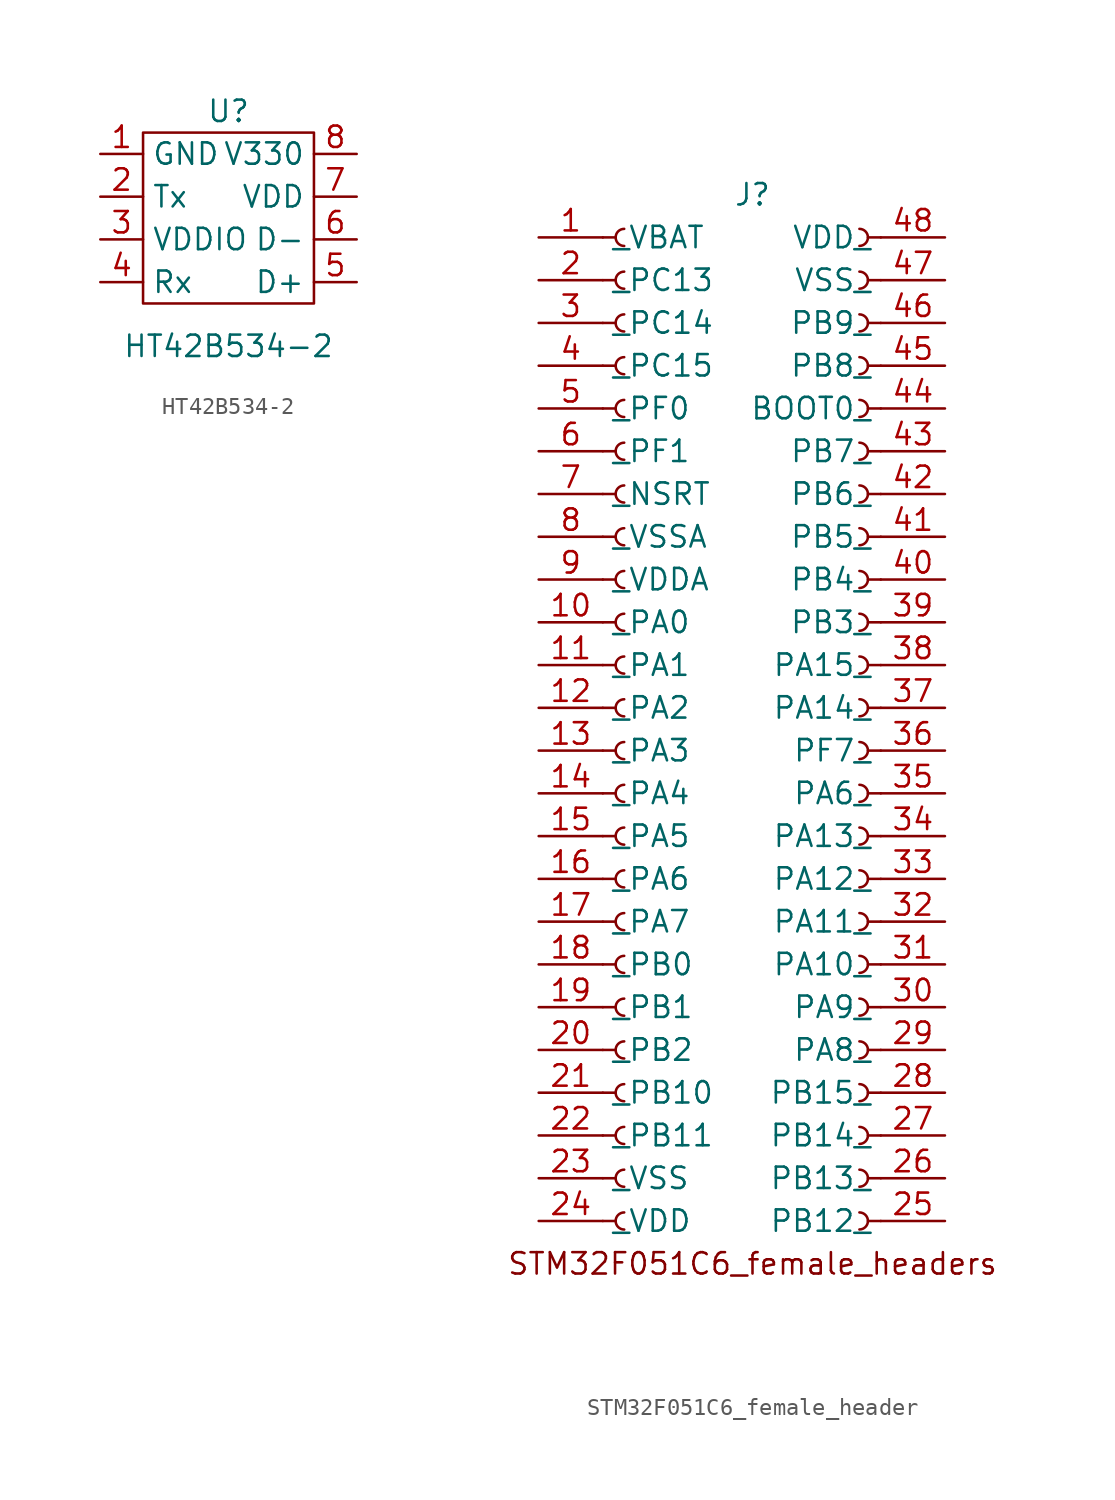
<source format=kicad_sym>
(kicad_symbol_lib
  (version 20220914)
  (generator kicad_symbol_editor)
  (symbol "HT42B534-2"
    (property "Reference" "U"
      (at 0 6.35 0)
      (effects (font (size 1.27 1.27))))
    (property "Value" "HT42B534-2"
      (at 0 -7.62 0)
      (effects (font (size 1.27 1.27))))
    (symbol "HT42B534-2_0_1"
      (rectangle (start -5.08 5.08) (end 5.08 -5.08) (stroke (width 0) (type default)) (fill (type none))))
    (symbol "HT42B534-2_1_1"
      (pin input line (at -7.62 3.81 0) (length 2.54) (name "GND" (effects (font (size 1.27 1.27)))) (number "1" (effects (font (size 1.27 1.27)))))
      (pin input line (at -7.62 1.27 0) (length 2.54) (name "Tx" (effects (font (size 1.27 1.27)))) (number "2" (effects (font (size 1.27 1.27)))))
      (pin input line (at -7.62 -1.27 0) (length 2.54) (name "VDDIO" (effects (font (size 1.27 1.27)))) (number "3" (effects (font (size 1.27 1.27)))))
      (pin input line (at -7.62 -3.81 0) (length 2.54) (name "Rx" (effects (font (size 1.27 1.27)))) (number "4" (effects (font (size 1.27 1.27)))))
      (pin input line (at 7.62 -3.81 180) (length 2.54) (name "D+" (effects (font (size 1.27 1.27)))) (number "5" (effects (font (size 1.27 1.27)))))
      (pin input line (at 7.62 -1.27 180) (length 2.54) (name "D-" (effects (font (size 1.27 1.27)))) (number "6" (effects (font (size 1.27 1.27)))))
      (pin input line (at 7.62 1.27 180) (length 2.54) (name "VDD" (effects (font (size 1.27 1.27)))) (number "7" (effects (font (size 1.27 1.27)))))
      (pin input line (at 7.62 3.81 180) (length 2.54) (name "V330" (effects (font (size 1.27 1.27)))) (number "8" (effects (font (size 1.27 1.27)))))))
  (symbol "STM32F051C6_female_header"
    (property "Reference" "J"
      (at 0 31.75 0)
      (effects (font (size 1.27 1.27))))
    (property "Value" ""
      (at 1.27 0 0)
      (effects (font (size 1.27 1.27))))
    (symbol "STM32F051C6_female_header_0_1"
      (text "STM32F051C6_female_headers" (at 0 -31.75 0) (effects (font (size 1.27 1.27)))))
    (symbol "STM32F051C6_female_header_1_1"
      (arc (start -7.62 -28.702) (mid -8.1258 -29.21) (end -7.62 -29.718) (stroke (width 0.1524) (type solid)) (fill (type none)))
      (arc (start -7.62 -26.162) (mid -8.1258 -26.67) (end -7.62 -27.178) (stroke (width 0.1524) (type solid)) (fill (type none)))
      (arc (start -7.62 -23.622) (mid -8.1258 -24.13) (end -7.62 -24.638) (stroke (width 0.1524) (type solid)) (fill (type none)))
      (arc (start -7.62 -21.082) (mid -8.1258 -21.59) (end -7.62 -22.098) (stroke (width 0.1524) (type solid)) (fill (type none)))
      (arc (start -7.62 -18.542) (mid -8.1258 -19.05) (end -7.62 -19.558) (stroke (width 0.1524) (type solid)) (fill (type none)))
      (arc (start -7.62 -16.002) (mid -8.1258 -16.51) (end -7.62 -17.018) (stroke (width 0.1524) (type solid)) (fill (type none)))
      (arc (start -7.62 -13.462) (mid -8.1258 -13.97) (end -7.62 -14.478) (stroke (width 0.1524) (type solid)) (fill (type none)))
      (arc (start -7.62 -10.922) (mid -8.1258 -11.43) (end -7.62 -11.938) (stroke (width 0.1524) (type solid)) (fill (type none)))
      (arc (start -7.62 -8.382) (mid -8.1258 -8.89) (end -7.62 -9.398) (stroke (width 0.1524) (type solid)) (fill (type none)))
      (arc (start -7.62 -5.842) (mid -8.1258 -6.35) (end -7.62 -6.858) (stroke (width 0.1524) (type solid)) (fill (type none)))
      (arc (start -7.62 -3.302) (mid -8.1258 -3.81) (end -7.62 -4.318) (stroke (width 0.1524) (type solid)) (fill (type none)))
      (arc (start -7.62 -0.762) (mid -8.1258 -1.27) (end -7.62 -1.778) (stroke (width 0.1524) (type solid)) (fill (type none)))
      (arc (start -7.62 1.778) (mid -8.1258 1.27) (end -7.62 0.762) (stroke (width 0.1524) (type solid)) (fill (type none)))
      (arc (start -7.62 4.318) (mid -8.1258 3.81) (end -7.62 3.302) (stroke (width 0.1524) (type solid)) (fill (type none)))
      (arc (start -7.62 6.858) (mid -8.1258 6.35) (end -7.62 5.842) (stroke (width 0.1524) (type solid)) (fill (type none)))
      (arc (start -7.62 9.398) (mid -8.1258 8.89) (end -7.62 8.382) (stroke (width 0.1524) (type solid)) (fill (type none)))
      (arc (start -7.62 11.938) (mid -8.1258 11.43) (end -7.62 10.922) (stroke (width 0.1524) (type solid)) (fill (type none)))
      (arc (start -7.62 14.478) (mid -8.1258 13.97) (end -7.62 13.462) (stroke (width 0.1524) (type solid)) (fill (type none)))
      (arc (start -7.62 17.018) (mid -8.1258 16.51) (end -7.62 16.002) (stroke (width 0.1524) (type solid)) (fill (type none)))
      (arc (start -7.62 19.558) (mid -8.1258 19.05) (end -7.62 18.542) (stroke (width 0.1524) (type solid)) (fill (type none)))
      (arc (start -7.62 22.098) (mid -8.1258 21.59) (end -7.62 21.082) (stroke (width 0.1524) (type solid)) (fill (type none)))
      (arc (start -7.62 24.638) (mid -8.1258 24.13) (end -7.62 23.622) (stroke (width 0.1524) (type solid)) (fill (type none)))
      (arc (start -7.62 27.178) (mid -8.1258 26.67) (end -7.62 26.162) (stroke (width 0.1524) (type solid)) (fill (type none)))
      (arc (start -7.62 29.718) (mid -8.1258 29.21) (end -7.62 28.702) (stroke (width 0.1524) (type solid)) (fill (type none)))
      (polyline (pts (xy -8.89 -29.21) (xy -8.128 -29.21)) (stroke (width 0.152) (type solid)) (fill (type none)))
      (polyline (pts (xy -8.89 -26.67) (xy -8.128 -26.67)) (stroke (width 0.152) (type solid)) (fill (type none)))
      (polyline (pts (xy -8.89 -24.13) (xy -8.128 -24.13)) (stroke (width 0.152) (type solid)) (fill (type none)))
      (polyline (pts (xy -8.89 -21.59) (xy -8.128 -21.59)) (stroke (width 0.152) (type solid)) (fill (type none)))
      (polyline (pts (xy -8.89 -19.05) (xy -8.128 -19.05)) (stroke (width 0.152) (type solid)) (fill (type none)))
      (polyline (pts (xy -8.89 -16.51) (xy -8.128 -16.51)) (stroke (width 0.152) (type solid)) (fill (type none)))
      (polyline (pts (xy -8.89 -13.97) (xy -8.128 -13.97)) (stroke (width 0.152) (type solid)) (fill (type none)))
      (polyline (pts (xy -8.89 -11.43) (xy -8.128 -11.43)) (stroke (width 0.152) (type solid)) (fill (type none)))
      (polyline (pts (xy -8.89 -8.89) (xy -8.128 -8.89)) (stroke (width 0.152) (type solid)) (fill (type none)))
      (polyline (pts (xy -8.89 -6.35) (xy -8.128 -6.35)) (stroke (width 0.152) (type solid)) (fill (type none)))
      (polyline (pts (xy -8.89 -3.81) (xy -8.128 -3.81)) (stroke (width 0.152) (type solid)) (fill (type none)))
      (polyline (pts (xy -8.89 -1.27) (xy -8.128 -1.27)) (stroke (width 0.152) (type solid)) (fill (type none)))
      (polyline (pts (xy -8.89 1.27) (xy -8.128 1.27)) (stroke (width 0.152) (type solid)) (fill (type none)))
      (polyline (pts (xy -8.89 3.81) (xy -8.128 3.81)) (stroke (width 0.152) (type solid)) (fill (type none)))
      (polyline (pts (xy -8.89 6.35) (xy -8.128 6.35)) (stroke (width 0.152) (type solid)) (fill (type none)))
      (polyline (pts (xy -8.89 8.89) (xy -8.128 8.89)) (stroke (width 0.152) (type solid)) (fill (type none)))
      (polyline (pts (xy -8.89 11.43) (xy -8.128 11.43)) (stroke (width 0.152) (type solid)) (fill (type none)))
      (polyline (pts (xy -8.89 13.97) (xy -8.128 13.97)) (stroke (width 0.152) (type solid)) (fill (type none)))
      (polyline (pts (xy -8.89 16.51) (xy -8.128 16.51)) (stroke (width 0.152) (type solid)) (fill (type none)))
      (polyline (pts (xy -8.89 19.05) (xy -8.128 19.05)) (stroke (width 0.152) (type solid)) (fill (type none)))
      (polyline (pts (xy -8.89 21.59) (xy -8.128 21.59)) (stroke (width 0.152) (type solid)) (fill (type none)))
      (polyline (pts (xy -8.89 24.13) (xy -8.128 24.13)) (stroke (width 0.152) (type solid)) (fill (type none)))
      (polyline (pts (xy -8.89 26.67) (xy -8.128 26.67)) (stroke (width 0.152) (type solid)) (fill (type none)))
      (polyline (pts (xy -8.89 29.21) (xy -8.128 29.21)) (stroke (width 0.152) (type solid)) (fill (type none)))
      (polyline (pts (xy 7.62 -29.21) (xy 6.858 -29.21)) (stroke (width 0.152) (type solid)) (fill (type none)))
      (polyline (pts (xy 7.62 -26.67) (xy 6.858 -26.67)) (stroke (width 0.152) (type solid)) (fill (type none)))
      (polyline (pts (xy 7.62 -24.13) (xy 6.858 -24.13)) (stroke (width 0.152) (type solid)) (fill (type none)))
      (polyline (pts (xy 7.62 -21.59) (xy 6.858 -21.59)) (stroke (width 0.152) (type solid)) (fill (type none)))
      (polyline (pts (xy 7.62 -19.05) (xy 6.858 -19.05)) (stroke (width 0.152) (type solid)) (fill (type none)))
      (polyline (pts (xy 7.62 -16.51) (xy 6.858 -16.51)) (stroke (width 0.152) (type solid)) (fill (type none)))
      (polyline (pts (xy 7.62 -13.97) (xy 6.858 -13.97)) (stroke (width 0.152) (type solid)) (fill (type none)))
      (polyline (pts (xy 7.62 -11.43) (xy 6.858 -11.43)) (stroke (width 0.152) (type solid)) (fill (type none)))
      (polyline (pts (xy 7.62 -8.89) (xy 6.858 -8.89)) (stroke (width 0.152) (type solid)) (fill (type none)))
      (polyline (pts (xy 7.62 -6.35) (xy 6.858 -6.35)) (stroke (width 0.152) (type solid)) (fill (type none)))
      (polyline (pts (xy 7.62 -3.81) (xy 6.858 -3.81)) (stroke (width 0.152) (type solid)) (fill (type none)))
      (polyline (pts (xy 7.62 -1.27) (xy 6.858 -1.27)) (stroke (width 0.152) (type solid)) (fill (type none)))
      (polyline (pts (xy 7.62 1.27) (xy 6.858 1.27)) (stroke (width 0.152) (type solid)) (fill (type none)))
      (polyline (pts (xy 7.62 3.81) (xy 6.858 3.81)) (stroke (width 0.152) (type solid)) (fill (type none)))
      (polyline (pts (xy 7.62 6.35) (xy 6.858 6.35)) (stroke (width 0.152) (type solid)) (fill (type none)))
      (polyline (pts (xy 7.62 8.89) (xy 6.858 8.89)) (stroke (width 0.152) (type solid)) (fill (type none)))
      (polyline (pts (xy 7.62 11.43) (xy 6.858 11.43)) (stroke (width 0.152) (type solid)) (fill (type none)))
      (polyline (pts (xy 7.62 13.97) (xy 6.858 13.97)) (stroke (width 0.152) (type solid)) (fill (type none)))
      (polyline (pts (xy 7.62 16.51) (xy 6.858 16.51)) (stroke (width 0.152) (type solid)) (fill (type none)))
      (polyline (pts (xy 7.62 19.05) (xy 6.858 19.05)) (stroke (width 0.152) (type solid)) (fill (type none)))
      (polyline (pts (xy 7.62 21.59) (xy 6.858 21.59)) (stroke (width 0.152) (type solid)) (fill (type none)))
      (polyline (pts (xy 7.62 24.13) (xy 6.858 24.13)) (stroke (width 0.152) (type solid)) (fill (type none)))
      (polyline (pts (xy 7.62 26.67) (xy 6.858 26.67)) (stroke (width 0.152) (type solid)) (fill (type none)))
      (polyline (pts (xy 7.62 29.21) (xy 6.858 29.21)) (stroke (width 0.152) (type solid)) (fill (type none)))
      (arc (start 6.35 -29.718) (mid 6.8558 -29.21) (end 6.35 -28.702) (stroke (width 0.1524) (type solid)) (fill (type none)))
      (arc (start 6.35 -27.178) (mid 6.8558 -26.67) (end 6.35 -26.162) (stroke (width 0.1524) (type solid)) (fill (type none)))
      (arc (start 6.35 -24.638) (mid 6.8558 -24.13) (end 6.35 -23.622) (stroke (width 0.1524) (type solid)) (fill (type none)))
      (arc (start 6.35 -22.098) (mid 6.8558 -21.59) (end 6.35 -21.082) (stroke (width 0.1524) (type solid)) (fill (type none)))
      (arc (start 6.35 -19.558) (mid 6.8558 -19.05) (end 6.35 -18.542) (stroke (width 0.1524) (type solid)) (fill (type none)))
      (arc (start 6.35 -17.018) (mid 6.8558 -16.51) (end 6.35 -16.002) (stroke (width 0.1524) (type solid)) (fill (type none)))
      (arc (start 6.35 -14.478) (mid 6.8558 -13.97) (end 6.35 -13.462) (stroke (width 0.1524) (type solid)) (fill (type none)))
      (arc (start 6.35 -11.938) (mid 6.8558 -11.43) (end 6.35 -10.922) (stroke (width 0.1524) (type solid)) (fill (type none)))
      (arc (start 6.35 -9.398) (mid 6.8558 -8.89) (end 6.35 -8.382) (stroke (width 0.1524) (type solid)) (fill (type none)))
      (arc (start 6.35 -6.858) (mid 6.8558 -6.35) (end 6.35 -5.842) (stroke (width 0.1524) (type solid)) (fill (type none)))
      (arc (start 6.35 -4.318) (mid 6.8558 -3.81) (end 6.35 -3.302) (stroke (width 0.1524) (type solid)) (fill (type none)))
      (arc (start 6.35 -1.778) (mid 6.8558 -1.27) (end 6.35 -0.762) (stroke (width 0.1524) (type solid)) (fill (type none)))
      (arc (start 6.35 0.762) (mid 6.8558 1.27) (end 6.35 1.778) (stroke (width 0.1524) (type solid)) (fill (type none)))
      (arc (start 6.35 3.302) (mid 6.8558 3.81) (end 6.35 4.318) (stroke (width 0.1524) (type solid)) (fill (type none)))
      (arc (start 6.35 5.842) (mid 6.8558 6.35) (end 6.35 6.858) (stroke (width 0.1524) (type solid)) (fill (type none)))
      (arc (start 6.35 8.382) (mid 6.8558 8.89) (end 6.35 9.398) (stroke (width 0.1524) (type solid)) (fill (type none)))
      (arc (start 6.35 10.922) (mid 6.8558 11.43) (end 6.35 11.938) (stroke (width 0.1524) (type solid)) (fill (type none)))
      (arc (start 6.35 13.462) (mid 6.8558 13.97) (end 6.35 14.478) (stroke (width 0.1524) (type solid)) (fill (type none)))
      (arc (start 6.35 16.002) (mid 6.8558 16.51) (end 6.35 17.018) (stroke (width 0.1524) (type solid)) (fill (type none)))
      (arc (start 6.35 18.542) (mid 6.8558 19.05) (end 6.35 19.558) (stroke (width 0.1524) (type solid)) (fill (type none)))
      (arc (start 6.35 21.082) (mid 6.8558 21.59) (end 6.35 22.098) (stroke (width 0.1524) (type solid)) (fill (type none)))
      (arc (start 6.35 23.622) (mid 6.8558 24.13) (end 6.35 24.638) (stroke (width 0.1524) (type solid)) (fill (type none)))
      (arc (start 6.35 26.162) (mid 6.8558 26.67) (end 6.35 27.178) (stroke (width 0.1524) (type solid)) (fill (type none)))
      (arc (start 6.35 28.702) (mid 6.8558 29.21) (end 6.35 29.718) (stroke (width 0.1524) (type solid)) (fill (type none)))
      (pin passive line (at -12.7 29.21 0) (length 3.81) (name "_VBAT" (effects (font (size 1.27 1.27)))) (number "1" (effects (font (size 1.27 1.27)))))
      (pin passive line (at -12.7 6.35 0) (length 3.81) (name "_PA0" (effects (font (size 1.27 1.27)))) (number "10" (effects (font (size 1.27 1.27)))))
      (pin passive line (at -12.7 3.81 0) (length 3.81) (name "_PA1" (effects (font (size 1.27 1.27)))) (number "11" (effects (font (size 1.27 1.27)))))
      (pin passive line (at -12.7 1.27 0) (length 3.81) (name "_PA2" (effects (font (size 1.27 1.27)))) (number "12" (effects (font (size 1.27 1.27)))))
      (pin passive line (at -12.7 -1.27 0) (length 3.81) (name "_PA3" (effects (font (size 1.27 1.27)))) (number "13" (effects (font (size 1.27 1.27)))))
      (pin passive line (at -12.7 -3.81 0) (length 3.81) (name "_PA4" (effects (font (size 1.27 1.27)))) (number "14" (effects (font (size 1.27 1.27)))))
      (pin passive line (at -12.7 -6.35 0) (length 3.81) (name "_PA5" (effects (font (size 1.27 1.27)))) (number "15" (effects (font (size 1.27 1.27)))))
      (pin passive line (at -12.7 -8.89 0) (length 3.81) (name "_PA6" (effects (font (size 1.27 1.27)))) (number "16" (effects (font (size 1.27 1.27)))))
      (pin passive line (at -12.7 -11.43 0) (length 3.81) (name "_PA7" (effects (font (size 1.27 1.27)))) (number "17" (effects (font (size 1.27 1.27)))))
      (pin passive line (at -12.7 -13.97 0) (length 3.81) (name "_PB0" (effects (font (size 1.27 1.27)))) (number "18" (effects (font (size 1.27 1.27)))))
      (pin passive line (at -12.7 -16.51 0) (length 3.81) (name "_PB1" (effects (font (size 1.27 1.27)))) (number "19" (effects (font (size 1.27 1.27)))))
      (pin passive line (at -12.7 26.67 0) (length 3.81) (name "_PC13" (effects (font (size 1.27 1.27)))) (number "2" (effects (font (size 1.27 1.27)))))
      (pin passive line (at -12.7 -19.05 0) (length 3.81) (name "_PB2" (effects (font (size 1.27 1.27)))) (number "20" (effects (font (size 1.27 1.27)))))
      (pin passive line (at -12.7 -21.59 0) (length 3.81) (name "_PB10" (effects (font (size 1.27 1.27)))) (number "21" (effects (font (size 1.27 1.27)))))
      (pin passive line (at -12.7 -24.13 0) (length 3.81) (name "_PB11" (effects (font (size 1.27 1.27)))) (number "22" (effects (font (size 1.27 1.27)))))
      (pin passive line (at -12.7 -26.67 0) (length 3.81) (name "_VSS" (effects (font (size 1.27 1.27)))) (number "23" (effects (font (size 1.27 1.27)))))
      (pin passive line (at -12.7 -29.21 0) (length 3.81) (name "_VDD" (effects (font (size 1.27 1.27)))) (number "24" (effects (font (size 1.27 1.27)))))
      (pin passive line (at 11.43 -29.21 180) (length 3.81) (name "PB12_" (effects (font (size 1.27 1.27)))) (number "25" (effects (font (size 1.27 1.27)))))
      (pin passive line (at 11.43 -26.67 180) (length 3.81) (name "PB13_" (effects (font (size 1.27 1.27)))) (number "26" (effects (font (size 1.27 1.27)))))
      (pin passive line (at 11.43 -24.13 180) (length 3.81) (name "PB14_" (effects (font (size 1.27 1.27)))) (number "27" (effects (font (size 1.27 1.27)))))
      (pin passive line (at 11.43 -21.59 180) (length 3.81) (name "PB15_" (effects (font (size 1.27 1.27)))) (number "28" (effects (font (size 1.27 1.27)))))
      (pin passive line (at 11.43 -19.05 180) (length 3.81) (name "PA8_" (effects (font (size 1.27 1.27)))) (number "29" (effects (font (size 1.27 1.27)))))
      (pin passive line (at -12.7 24.13 0) (length 3.81) (name "_PC14" (effects (font (size 1.27 1.27)))) (number "3" (effects (font (size 1.27 1.27)))))
      (pin passive line (at 11.43 -16.51 180) (length 3.81) (name "PA9_" (effects (font (size 1.27 1.27)))) (number "30" (effects (font (size 1.27 1.27)))))
      (pin passive line (at 11.43 -13.97 180) (length 3.81) (name "PA10_" (effects (font (size 1.27 1.27)))) (number "31" (effects (font (size 1.27 1.27)))))
      (pin passive line (at 11.43 -11.43 180) (length 3.81) (name "PA11_" (effects (font (size 1.27 1.27)))) (number "32" (effects (font (size 1.27 1.27)))))
      (pin passive line (at 11.43 -8.89 180) (length 3.81) (name "PA12_" (effects (font (size 1.27 1.27)))) (number "33" (effects (font (size 1.27 1.27)))))
      (pin passive line (at 11.43 -6.35 180) (length 3.81) (name "PA13_" (effects (font (size 1.27 1.27)))) (number "34" (effects (font (size 1.27 1.27)))))
      (pin passive line (at 11.43 -3.81 180) (length 3.81) (name "PA6_" (effects (font (size 1.27 1.27)))) (number "35" (effects (font (size 1.27 1.27)))))
      (pin passive line (at 11.43 -1.27 180) (length 3.81) (name "PF7_" (effects (font (size 1.27 1.27)))) (number "36" (effects (font (size 1.27 1.27)))))
      (pin passive line (at 11.43 1.27 180) (length 3.81) (name "PA14_" (effects (font (size 1.27 1.27)))) (number "37" (effects (font (size 1.27 1.27)))))
      (pin passive line (at 11.43 3.81 180) (length 3.81) (name "PA15_" (effects (font (size 1.27 1.27)))) (number "38" (effects (font (size 1.27 1.27)))))
      (pin passive line (at 11.43 6.35 180) (length 3.81) (name "PB3_" (effects (font (size 1.27 1.27)))) (number "39" (effects (font (size 1.27 1.27)))))
      (pin passive line (at -12.7 21.59 0) (length 3.81) (name "_PC15" (effects (font (size 1.27 1.27)))) (number "4" (effects (font (size 1.27 1.27)))))
      (pin passive line (at 11.43 8.89 180) (length 3.81) (name "PB4_" (effects (font (size 1.27 1.27)))) (number "40" (effects (font (size 1.27 1.27)))))
      (pin passive line (at 11.43 11.43 180) (length 3.81) (name "PB5_" (effects (font (size 1.27 1.27)))) (number "41" (effects (font (size 1.27 1.27)))))
      (pin passive line (at 11.43 13.97 180) (length 3.81) (name "PB6_" (effects (font (size 1.27 1.27)))) (number "42" (effects (font (size 1.27 1.27)))))
      (pin passive line (at 11.43 16.51 180) (length 3.81) (name "PB7_" (effects (font (size 1.27 1.27)))) (number "43" (effects (font (size 1.27 1.27)))))
      (pin passive line (at 11.43 19.05 180) (length 3.81) (name "BOOT0_" (effects (font (size 1.27 1.27)))) (number "44" (effects (font (size 1.27 1.27)))))
      (pin passive line (at 11.43 21.59 180) (length 3.81) (name "PB8_" (effects (font (size 1.27 1.27)))) (number "45" (effects (font (size 1.27 1.27)))))
      (pin passive line (at 11.43 24.13 180) (length 3.81) (name "PB9_" (effects (font (size 1.27 1.27)))) (number "46" (effects (font (size 1.27 1.27)))))
      (pin passive line (at 11.43 26.67 180) (length 3.81) (name "VSS_" (effects (font (size 1.27 1.27)))) (number "47" (effects (font (size 1.27 1.27)))))
      (pin passive line (at 11.43 29.21 180) (length 3.81) (name "VDD_" (effects (font (size 1.27 1.27)))) (number "48" (effects (font (size 1.27 1.27)))))
      (pin passive line (at -12.7 19.05 0) (length 3.81) (name "_PF0" (effects (font (size 1.27 1.27)))) (number "5" (effects (font (size 1.27 1.27)))))
      (pin passive line (at -12.7 16.51 0) (length 3.81) (name "_PF1" (effects (font (size 1.27 1.27)))) (number "6" (effects (font (size 1.27 1.27)))))
      (pin passive line (at -12.7 13.97 0) (length 3.81) (name "_NSRT" (effects (font (size 1.27 1.27)))) (number "7" (effects (font (size 1.27 1.27)))))
      (pin passive line (at -12.7 11.43 0) (length 3.81) (name "_VSSA" (effects (font (size 1.27 1.27)))) (number "8" (effects (font (size 1.27 1.27)))))
      (pin passive line (at -12.7 8.89 0) (length 3.81) (name "_VDDA" (effects (font (size 1.27 1.27)))) (number "9" (effects (font (size 1.27 1.27))))))))
</source>
